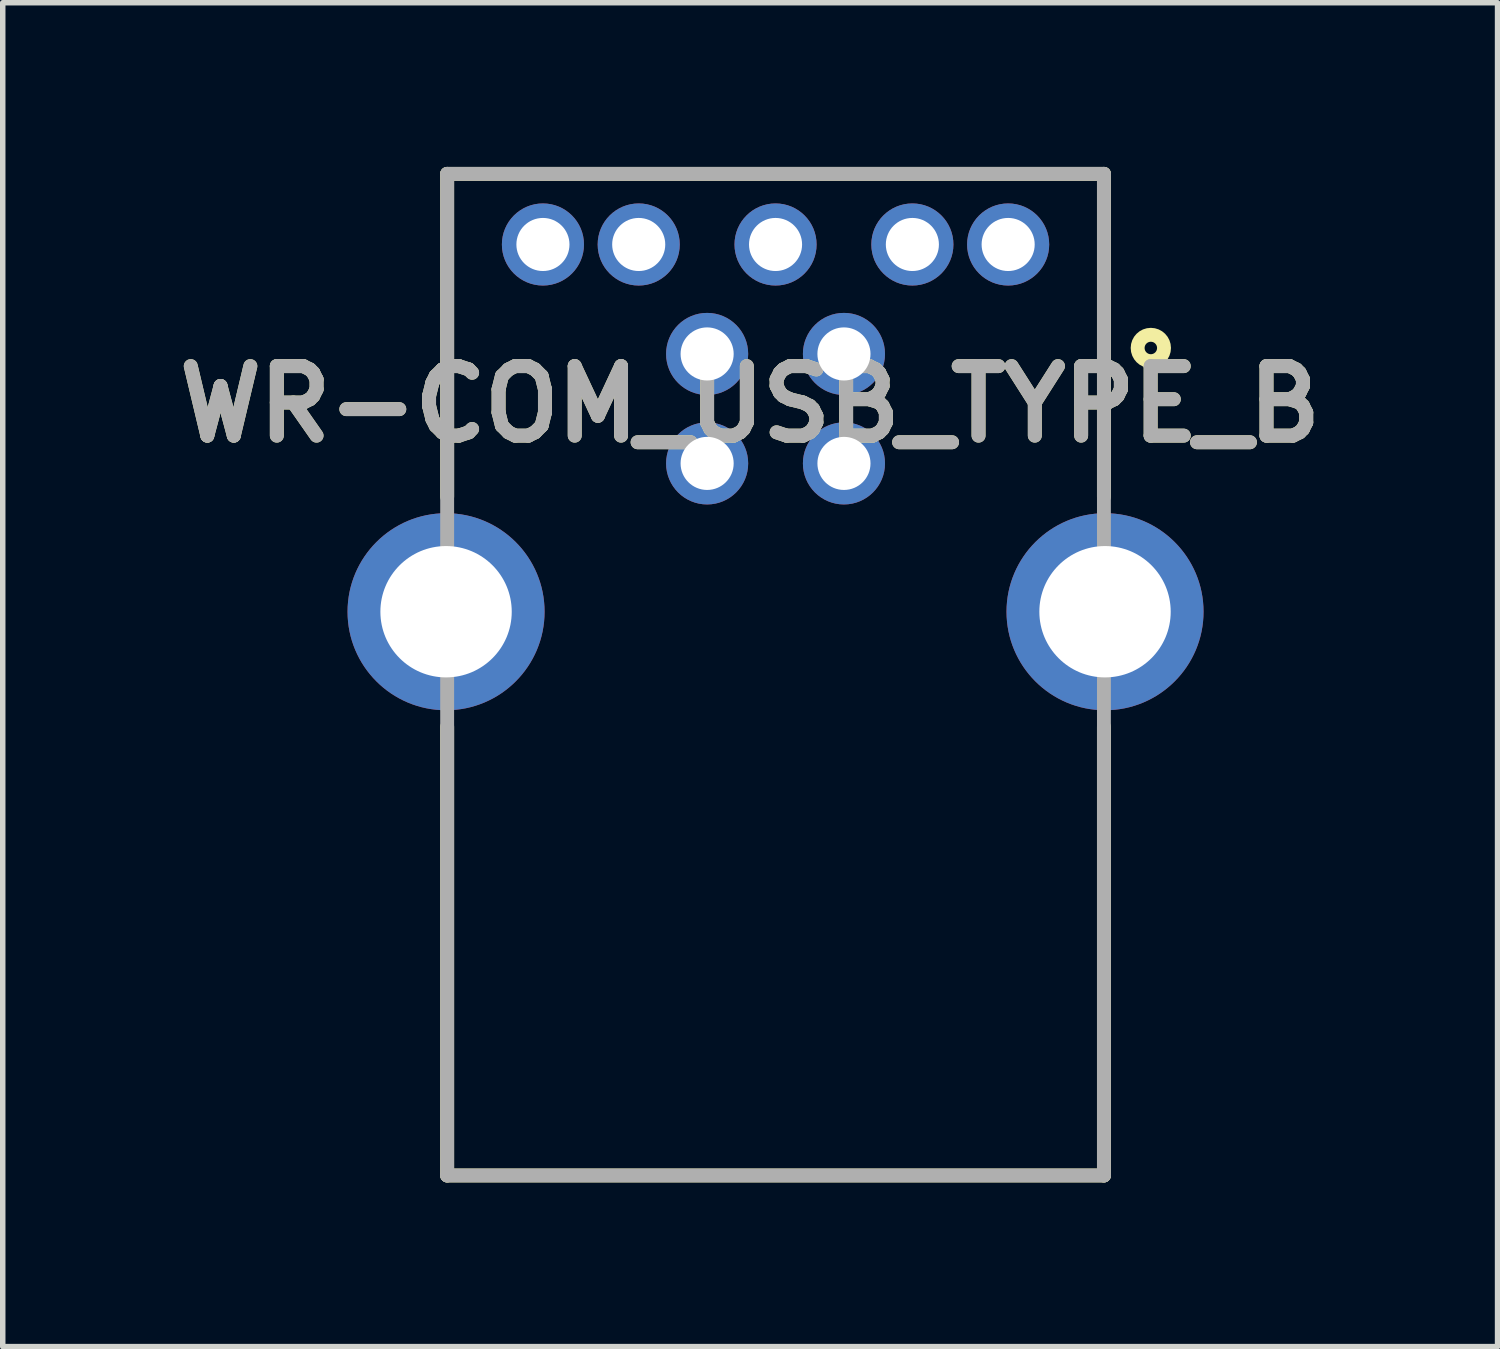
<source format=kicad_pcb>
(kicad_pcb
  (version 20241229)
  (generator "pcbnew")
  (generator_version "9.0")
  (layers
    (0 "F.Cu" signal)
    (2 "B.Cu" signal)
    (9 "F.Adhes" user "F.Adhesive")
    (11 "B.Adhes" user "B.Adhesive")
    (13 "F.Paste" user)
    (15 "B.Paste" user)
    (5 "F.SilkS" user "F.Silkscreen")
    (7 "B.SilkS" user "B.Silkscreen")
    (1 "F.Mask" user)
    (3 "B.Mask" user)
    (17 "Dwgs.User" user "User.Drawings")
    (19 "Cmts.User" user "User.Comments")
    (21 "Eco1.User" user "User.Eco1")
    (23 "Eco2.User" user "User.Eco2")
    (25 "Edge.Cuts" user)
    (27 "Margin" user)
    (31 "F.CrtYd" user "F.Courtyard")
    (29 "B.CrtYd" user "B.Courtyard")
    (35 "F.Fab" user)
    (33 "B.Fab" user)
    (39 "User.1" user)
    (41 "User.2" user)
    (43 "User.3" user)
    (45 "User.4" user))
  (footprint "WR-COM_USB_TYPE_B"
    (layer "F.Cu")
    (at 11.12 8.127)
    (property "Reference" "WR-COM_USB_TYPE_B" (at -0.464 -3.792 0) (layer "F.SilkS") (effects (font (size 1.27 1.27) (thickness 0.254))))
    (attr through_hole)
    (fp_line (start -6 -8) (end -6 -2.1) (stroke (width 0.254) (type solid)) (layer "F.SilkS"))
    (fp_line (start -6 -8) (end 6 -8) (stroke (width 0.254) (type solid)) (layer "F.SilkS"))
    (fp_line (start -6 10.3) (end -6 2.1) (stroke (width 0.254) (type solid)) (layer "F.SilkS"))
    (fp_line (start 6 -8) (end 6 -2.1) (stroke (width 0.254) (type solid)) (layer "F.SilkS"))
    (fp_line (start 6 10.3) (end -6 10.3) (stroke (width 0.254) (type solid)) (layer "F.SilkS"))
    (fp_line (start 6 10.3) (end 6 2.1) (stroke (width 0.254) (type solid)) (layer "F.SilkS"))
    (fp_circle (center 6.857 -4.819) (end 6.857 -4.705) (stroke (width 0.254) (type solid)) (fill no) (layer "F.SilkS"))
    (fp_line (start -6 -8) (end 6 -8) (stroke (width 0.254) (type solid)) (layer "F.Fab"))
    (fp_line (start -6 10.3) (end -6 -8) (stroke (width 0.254) (type solid)) (layer "F.Fab"))
    (fp_line (start 6 -8) (end 6 10.3) (stroke (width 0.254) (type solid)) (layer "F.Fab"))
    (fp_line (start 6 10.3) (end -6 10.3) (stroke (width 0.254) (type solid)) (layer "F.Fab"))
    (fp_text user "${REFERENCE}" (at -0.464 -3.792 0) (layer "F.Fab") (effects (font (size 1.27 1.27) (thickness 0.254))))
    (pad "1" thru_hole circle (at 1.25 -4.71) (size 1.5 1.5) (drill 0.97) (layers "*.Cu" "*.Mask"))
    (pad "2" thru_hole circle (at -1.25 -4.71) (size 1.5 1.5) (drill 0.97) (layers "*.Cu" "*.Mask"))
    (pad "3" thru_hole circle (at -1.25 -2.71) (size 1.5 1.5) (drill 0.97) (layers "*.Cu" "*.Mask"))
    (pad "4" thru_hole circle (at 1.25 -2.71) (size 1.5 1.5) (drill 0.97) (layers "*.Cu" "*.Mask"))
    (pad "5" thru_hole circle (at -4.25 -6.71) (size 1.5 1.5) (drill 0.97) (layers "*.Cu" "*.Mask"))
    (pad "6" thru_hole circle (at -2.5 -6.71) (size 1.5 1.5) (drill 0.97) (layers "*.Cu" "*.Mask"))
    (pad "7" thru_hole circle (at 0 -6.71) (size 1.5 1.5) (drill 0.97) (layers "*.Cu" "*.Mask"))
    (pad "8" thru_hole circle (at 2.5 -6.71) (size 1.5 1.5) (drill 0.97) (layers "*.Cu" "*.Mask"))
    (pad "9" thru_hole circle (at 4.25 -6.71) (size 1.5 1.5) (drill 0.97) (layers "*.Cu" "*.Mask"))
    (pad "10" thru_hole circle (at 6.02 0) (size 3.6 3.6) (drill 2.4) (layers "*.Cu" "*.Mask"))
    (pad "11" thru_hole circle (at -6.02 0) (size 3.6 3.6) (drill 2.4) (layers "*.Cu" "*.Mask")))
  (gr_rect
    (start -3 -3)
    (end 24.312 21.554)
    (stroke (width 0.1) (type default))
    (fill no)
    (layer "Edge.Cuts")))
</source>
